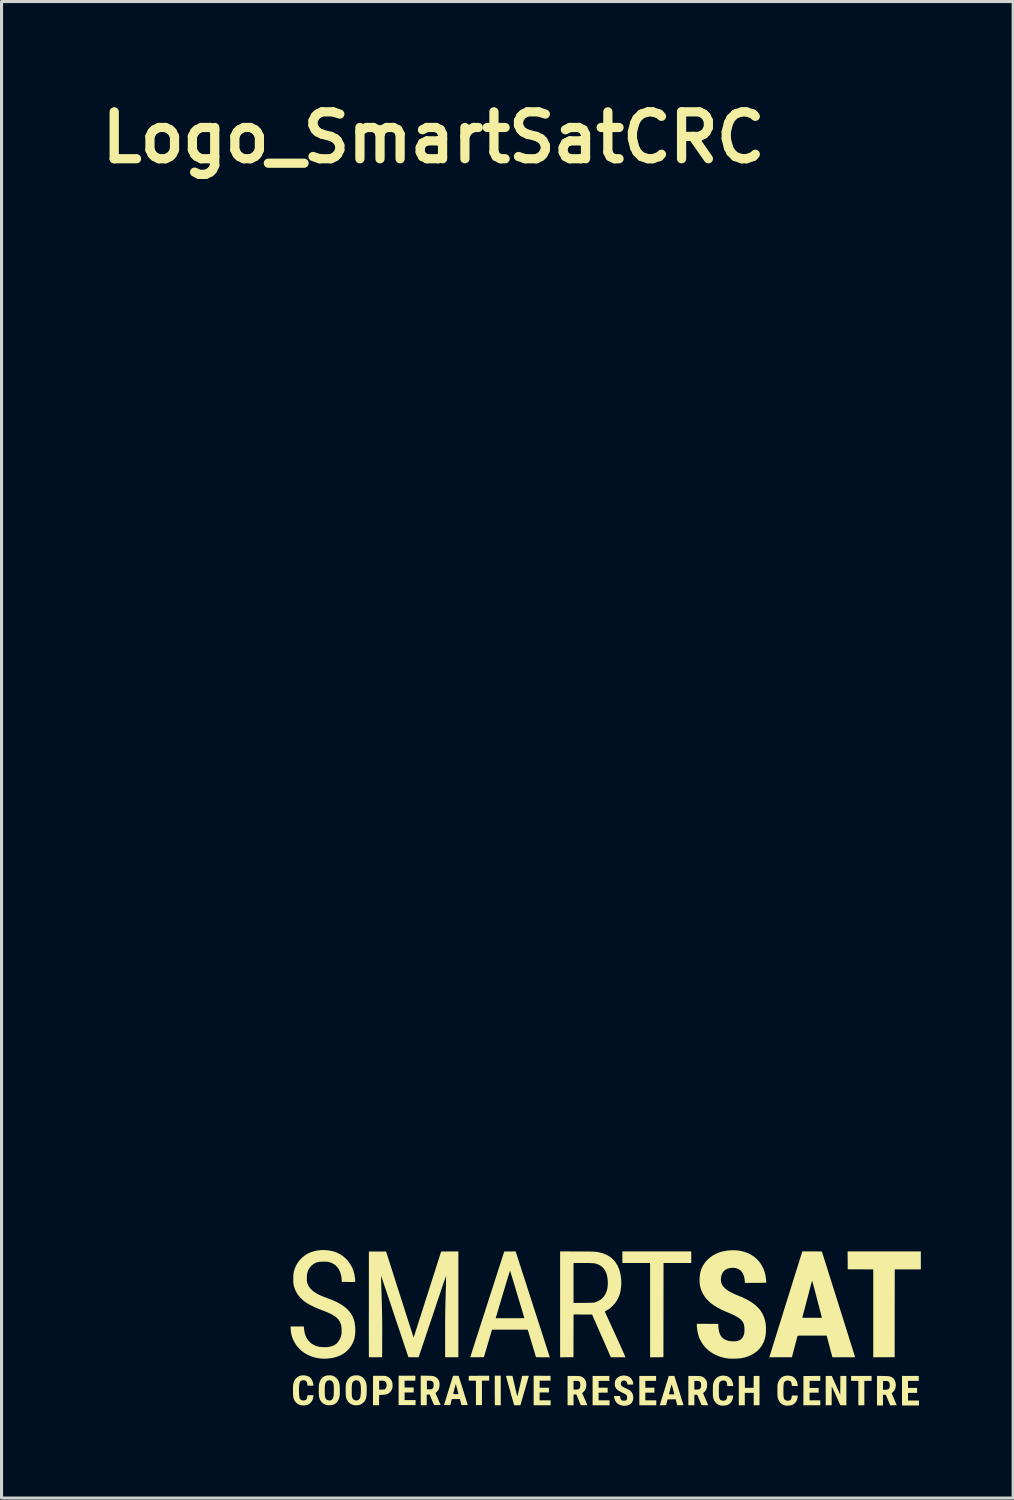
<source format=kicad_pcb>
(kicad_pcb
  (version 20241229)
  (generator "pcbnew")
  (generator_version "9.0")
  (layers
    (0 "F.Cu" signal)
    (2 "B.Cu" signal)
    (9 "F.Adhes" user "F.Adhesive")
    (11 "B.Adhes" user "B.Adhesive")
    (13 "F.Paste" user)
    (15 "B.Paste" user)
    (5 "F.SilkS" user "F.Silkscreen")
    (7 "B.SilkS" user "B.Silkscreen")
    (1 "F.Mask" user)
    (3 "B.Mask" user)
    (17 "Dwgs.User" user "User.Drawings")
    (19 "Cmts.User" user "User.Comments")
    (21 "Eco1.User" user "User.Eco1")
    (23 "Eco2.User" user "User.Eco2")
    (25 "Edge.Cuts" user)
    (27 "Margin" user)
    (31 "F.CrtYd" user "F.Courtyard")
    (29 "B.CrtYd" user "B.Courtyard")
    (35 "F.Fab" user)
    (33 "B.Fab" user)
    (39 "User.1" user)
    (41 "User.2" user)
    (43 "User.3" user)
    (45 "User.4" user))
  (footprint "Logo_SmartSatCRC"
    (layer "F.Cu")
    (at 16.626 40.026)
    (property "Reference" "Logo_SmartSatCRC" (at -5.588 -38.608 0) (layer "F.SilkS") (effects (font (size 1.524 1.524) (thickness 0.3))))
    (attr board_only exclude_from_pos_files exclude_from_bom)
    (fp_poly (pts (xy 8.641 1.787) (xy 8.406 1.787) (xy 8.406 2.58) (xy 8.211 2.58) (xy 8.211 1.787) (xy 7.976 1.787) (xy 7.976 1.626) (xy 8.641 1.626)) (stroke (width 0) (type solid)) (fill yes) (layer "F.SilkS"))
    (fp_poly (pts (xy -3.783 1.781) (xy -4.018 1.781) (xy -4.018 2.574) (xy -4.213 2.574) (xy -4.213 1.781) (xy -4.449 1.781) (xy -4.445 1.623) (xy -4.114 1.621) (xy -3.783 1.619)) (stroke (width 0) (type solid)) (fill yes) (layer "F.SilkS"))
    (fp_poly (pts (xy 2.782 -2.043) (xy 1.882 -2.043) (xy 1.88 -0.512) (xy 1.878 1.018) (xy 1.661 1.02) (xy 1.445 1.022) (xy 1.445 -2.043) (xy 0.544 -2.043) (xy 0.544 -2.419) (xy 2.782 -2.419)) (stroke (width 0) (type solid)) (fill yes) (layer "F.SilkS"))
    (fp_poly (pts (xy 10.241 -1.834) (xy 9.394 -1.834) (xy 9.392 -0.408) (xy 9.391 1.018) (xy 9.043 1.02) (xy 8.695 1.021) (xy 8.695 -1.834) (xy 7.865 -1.838) (xy 7.864 -2.128) (xy 7.862 -2.419) (xy 10.241 -2.419)) (stroke (width 0) (type solid)) (fill yes) (layer "F.SilkS"))
    (fp_poly (pts (xy -6.182 1.781) (xy -6.531 1.781) (xy -6.531 2.002) (xy -6.236 2.002) (xy -6.236 2.164) (xy -6.531 2.164) (xy -6.531 2.412) (xy -6.175 2.412) (xy -6.175 2.574) (xy -6.726 2.574) (xy -6.726 1.619) (xy -6.182 1.619)) (stroke (width 0) (type solid)) (fill yes) (layer "F.SilkS"))
    (fp_poly (pts (xy 0.121 1.787) (xy -0.228 1.787) (xy -0.228 2.009) (xy 0.067 2.009) (xy 0.067 2.17) (xy -0.228 2.17) (xy -0.228 2.419) (xy 0.128 2.419) (xy 0.128 2.58) (xy -0.423 2.58) (xy -0.423 1.626) (xy 0.121 1.626)) (stroke (width 0) (type solid)) (fill yes) (layer "F.SilkS"))
    (fp_poly (pts (xy 1.64 1.787) (xy 1.29 1.787) (xy 1.29 2.009) (xy 1.586 2.009) (xy 1.586 2.17) (xy 1.29 2.17) (xy 1.29 2.419) (xy 1.646 2.419) (xy 1.646 2.58) (xy 1.095 2.58) (xy 1.095 1.626) (xy 1.64 1.626)) (stroke (width 0) (type solid)) (fill yes) (layer "F.SilkS"))
    (fp_poly (pts (xy 10.173 1.787) (xy 9.824 1.787) (xy 9.824 2.016) (xy 10.12 2.016) (xy 10.12 2.177) (xy 9.824 2.177) (xy 9.824 2.426) (xy 10.18 2.426) (xy 10.18 2.587) (xy 9.629 2.587) (xy 9.629 1.626) (xy 10.173 1.626)) (stroke (width 0) (type solid)) (fill yes) (layer "F.SilkS"))
    (fp_poly (pts (xy -2.065 1.621) (xy -1.791 1.623) (xy -1.787 1.781) (xy -2.144 1.781) (xy -2.144 2.009) (xy -1.841 2.009) (xy -1.841 2.164) (xy -2.144 2.164) (xy -2.144 2.419) (xy -1.787 2.419) (xy -1.787 2.58) (xy -2.338 2.58) (xy -2.338 1.619)) (stroke (width 0) (type solid)) (fill yes) (layer "F.SilkS"))
    (fp_poly (pts (xy 6.975 1.787) (xy 6.626 1.787) (xy 6.626 2.016) (xy 6.921 2.016) (xy 6.921 2.17) (xy 6.626 2.17) (xy 6.626 2.419) (xy 6.975 2.419) (xy 6.975 2.58) (xy 6.424 2.58) (xy 6.426 2.105) (xy 6.427 1.629) (xy 6.975 1.626)) (stroke (width 0) (type solid)) (fill yes) (layer "F.SilkS"))
    (fp_poly (pts (xy 4.524 1.819) (xy 4.526 2.013) (xy 4.808 2.013) (xy 4.81 1.819) (xy 4.811 1.626) (xy 4.999 1.626) (xy 4.999 2.58) (xy 4.811 2.58) (xy 4.811 2.177) (xy 4.522 2.177) (xy 4.522 2.58) (xy 4.327 2.58) (xy 4.327 1.626) (xy 4.522 1.626)) (stroke (width 0) (type solid)) (fill yes) (layer "F.SilkS"))
    (fp_poly (pts (xy -3.407 2.58) (xy -3.5 2.58) (xy -3.534 2.58) (xy -3.563 2.579) (xy -3.585 2.578) (xy -3.596 2.576) (xy -3.597 2.576) (xy -3.598 2.569) (xy -3.599 2.549) (xy -3.599 2.518) (xy -3.6 2.477) (xy -3.6 2.427) (xy -3.601 2.368) (xy -3.601 2.303) (xy -3.602 2.232) (xy -3.602 2.156) (xy -3.602 2.095) (xy -3.602 1.619) (xy -3.407 1.619)) (stroke (width 0) (type solid)) (fill yes) (layer "F.SilkS"))
    (fp_poly (pts (xy 7.822 2.581) (xy 7.724 2.579) (xy 7.626 2.577) (xy 7.49 2.276) (xy 7.463 2.217) (xy 7.437 2.161) (xy 7.414 2.11) (xy 7.393 2.065) (xy 7.376 2.028) (xy 7.363 1.999) (xy 7.353 1.98) (xy 7.349 1.971) (xy 7.349 1.971) (xy 7.348 1.977) (xy 7.347 1.994) (xy 7.346 2.023) (xy 7.346 2.061) (xy 7.345 2.107) (xy 7.345 2.16) (xy 7.345 2.219) (xy 7.344 2.273) (xy 7.344 2.58) (xy 7.15 2.58) (xy 7.15 1.626) (xy 7.249 1.626) (xy 7.348 1.626) (xy 7.486 1.933) (xy 7.623 2.24) (xy 7.625 1.933) (xy 7.627 1.626) (xy 7.822 1.626)) (stroke (width 0) (type solid)) (fill yes) (layer "F.SilkS"))
    (fp_poly (pts (xy 2.383 2.102) (xy 2.531 2.577) (xy 2.431 2.579) (xy 2.395 2.579) (xy 2.365 2.58) (xy 2.342 2.579) (xy 2.33 2.579) (xy 2.328 2.579) (xy 2.325 2.572) (xy 2.32 2.554) (xy 2.313 2.528) (xy 2.305 2.496) (xy 2.301 2.481) (xy 2.276 2.385) (xy 2.013 2.389) (xy 1.989 2.483) (xy 1.964 2.577) (xy 1.759 2.581) (xy 1.763 2.565) (xy 1.765 2.557) (xy 1.772 2.536) (xy 1.781 2.505) (xy 1.794 2.464) (xy 1.809 2.414) (xy 1.827 2.357) (xy 1.846 2.293) (xy 1.868 2.224) (xy 1.87 2.217) (xy 2.058 2.217) (xy 2.062 2.22) (xy 2.071 2.223) (xy 2.088 2.224) (xy 2.116 2.224) (xy 2.144 2.224) (xy 2.232 2.224) (xy 2.228 2.204) (xy 2.22 2.173) (xy 2.211 2.136) (xy 2.201 2.097) (xy 2.19 2.056) (xy 2.179 2.017) (xy 2.168 1.981) (xy 2.159 1.95) (xy 2.151 1.925) (xy 2.145 1.91) (xy 2.142 1.905) (xy 2.141 1.905) (xy 2.138 1.915) (xy 2.133 1.936) (xy 2.125 1.966) (xy 2.115 2.003) (xy 2.104 2.044) (xy 2.1 2.06) (xy 2.089 2.102) (xy 2.078 2.14) (xy 2.07 2.172) (xy 2.063 2.196) (xy 2.06 2.21) (xy 2.059 2.212) (xy 2.058 2.217) (xy 1.87 2.217) (xy 1.89 2.151) (xy 1.91 2.088) (xy 2.053 1.626) (xy 2.144 1.626) (xy 2.234 1.626)) (stroke (width 0) (type solid)) (fill yes) (layer "F.SilkS"))
    (fp_poly (pts (xy -0.986 1.626) (xy -0.934 1.627) (xy -0.891 1.629) (xy -0.857 1.631) (xy -0.829 1.635) (xy -0.806 1.641) (xy -0.785 1.649) (xy -0.765 1.658) (xy -0.747 1.668) (xy -0.704 1.702) (xy -0.67 1.744) (xy -0.645 1.795) (xy -0.63 1.852) (xy -0.626 1.915) (xy -0.63 1.97) (xy -0.643 2.029) (xy -0.664 2.079) (xy -0.696 2.123) (xy -0.738 2.163) (xy -0.745 2.169) (xy -0.762 2.182) (xy -0.68 2.371) (xy -0.659 2.419) (xy -0.641 2.462) (xy -0.625 2.501) (xy -0.612 2.532) (xy -0.603 2.556) (xy -0.598 2.569) (xy -0.598 2.571) (xy -0.6 2.574) (xy -0.606 2.577) (xy -0.619 2.579) (xy -0.64 2.579) (xy -0.671 2.579) (xy -0.703 2.579) (xy -0.808 2.577) (xy -0.879 2.404) (xy -0.95 2.231) (xy -1.042 2.231) (xy -1.042 2.58) (xy -1.236 2.58) (xy -1.236 1.787) (xy -1.042 1.787) (xy -1.042 2.07) (xy -0.976 2.069) (xy -0.939 2.069) (xy -0.913 2.066) (xy -0.892 2.06) (xy -0.882 2.057) (xy -0.858 2.041) (xy -0.84 2.02) (xy -0.829 1.991) (xy -0.824 1.952) (xy -0.823 1.922) (xy -0.825 1.88) (xy -0.83 1.85) (xy -0.84 1.827) (xy -0.856 1.809) (xy -0.869 1.801) (xy -0.881 1.795) (xy -0.895 1.791) (xy -0.915 1.789) (xy -0.944 1.788) (xy -0.966 1.787) (xy -1.042 1.787) (xy -1.236 1.787) (xy -1.236 1.626) (xy -1.05 1.626)) (stroke (width 0) (type solid)) (fill yes) (layer "F.SilkS"))
    (fp_poly (pts (xy 9.006 1.628) (xy 9.068 1.629) (xy 9.119 1.631) (xy 9.159 1.633) (xy 9.192 1.636) (xy 9.219 1.64) (xy 9.241 1.645) (xy 9.261 1.652) (xy 9.28 1.66) (xy 9.3 1.67) (xy 9.344 1.702) (xy 9.379 1.743) (xy 9.405 1.793) (xy 9.421 1.851) (xy 9.428 1.916) (xy 9.428 1.922) (xy 9.422 1.989) (xy 9.406 2.048) (xy 9.379 2.1) (xy 9.341 2.145) (xy 9.336 2.15) (xy 9.293 2.189) (xy 9.459 2.577) (xy 9.354 2.58) (xy 9.313 2.581) (xy 9.282 2.582) (xy 9.262 2.581) (xy 9.25 2.579) (xy 9.244 2.575) (xy 9.244 2.575) (xy 9.24 2.567) (xy 9.232 2.549) (xy 9.221 2.522) (xy 9.207 2.488) (xy 9.191 2.45) (xy 9.174 2.409) (xy 9.157 2.368) (xy 9.14 2.327) (xy 9.125 2.29) (xy 9.111 2.257) (xy 9.107 2.246) (xy 9.098 2.241) (xy 9.075 2.238) (xy 9.057 2.238) (xy 9.011 2.238) (xy 9.011 2.587) (xy 8.816 2.587) (xy 8.816 2.078) (xy 9.011 2.078) (xy 9.083 2.075) (xy 9.119 2.074) (xy 9.145 2.071) (xy 9.163 2.066) (xy 9.178 2.06) (xy 9.179 2.059) (xy 9.205 2.038) (xy 9.222 2.007) (xy 9.231 1.966) (xy 9.233 1.932) (xy 9.229 1.882) (xy 9.217 1.843) (xy 9.197 1.815) (xy 9.194 1.813) (xy 9.176 1.803) (xy 9.148 1.795) (xy 9.113 1.79) (xy 9.075 1.788) (xy 9.06 1.789) (xy 9.014 1.791) (xy 9.012 1.934) (xy 9.011 2.078) (xy 8.816 2.078) (xy 8.816 1.625)) (stroke (width 0) (type solid)) (fill yes) (layer "F.SilkS"))
    (fp_poly (pts (xy -7.301 1.623) (xy -7.255 1.623) (xy -7.219 1.624) (xy -7.192 1.624) (xy -7.171 1.626) (xy -7.154 1.628) (xy -7.14 1.631) (xy -7.128 1.634) (xy -7.116 1.638) (xy -7.062 1.664) (xy -7.014 1.7) (xy -6.974 1.746) (xy -6.944 1.799) (xy -6.941 1.807) (xy -6.932 1.838) (xy -6.926 1.878) (xy -6.922 1.922) (xy -6.922 1.965) (xy -6.925 2.002) (xy -6.927 2.014) (xy -6.946 2.072) (xy -6.976 2.123) (xy -7.016 2.166) (xy -7.064 2.199) (xy -7.121 2.223) (xy -7.15 2.23) (xy -7.171 2.234) (xy -7.202 2.237) (xy -7.238 2.24) (xy -7.272 2.242) (xy -7.358 2.246) (xy -7.361 2.577) (xy -7.457 2.579) (xy -7.497 2.579) (xy -7.526 2.579) (xy -7.544 2.577) (xy -7.554 2.575) (xy -7.556 2.572) (xy -7.557 2.564) (xy -7.557 2.544) (xy -7.558 2.512) (xy -7.558 2.471) (xy -7.558 2.42) (xy -7.558 2.361) (xy -7.558 2.296) (xy -7.558 2.224) (xy -7.558 2.149) (xy -7.558 2.093) (xy -7.558 2.07) (xy -7.358 2.07) (xy -7.275 2.07) (xy -7.239 2.069) (xy -7.214 2.068) (xy -7.197 2.066) (xy -7.184 2.063) (xy -7.173 2.057) (xy -7.169 2.054) (xy -7.145 2.031) (xy -7.128 1.999) (xy -7.118 1.961) (xy -7.115 1.921) (xy -7.12 1.881) (xy -7.132 1.845) (xy -7.147 1.821) (xy -7.163 1.805) (xy -7.179 1.793) (xy -7.198 1.786) (xy -7.224 1.782) (xy -7.259 1.781) (xy -7.28 1.781) (xy -7.358 1.781) (xy -7.358 2.07) (xy -7.558 2.07) (xy -7.556 1.623) (xy -7.358 1.623)) (stroke (width 0) (type solid)) (fill yes) (layer "F.SilkS"))
    (fp_poly (pts (xy -2.512 1.621) (xy -2.501 1.622) (xy -2.496 1.625) (xy -2.495 1.629) (xy -2.496 1.631) (xy -2.498 1.639) (xy -2.504 1.659) (xy -2.513 1.69) (xy -2.524 1.731) (xy -2.538 1.78) (xy -2.555 1.837) (xy -2.573 1.9) (xy -2.593 1.969) (xy -2.614 2.042) (xy -2.627 2.09) (xy -2.649 2.165) (xy -2.67 2.237) (xy -2.689 2.305) (xy -2.707 2.367) (xy -2.723 2.422) (xy -2.737 2.469) (xy -2.748 2.508) (xy -2.756 2.536) (xy -2.761 2.554) (xy -2.762 2.558) (xy -2.77 2.58) (xy -2.969 2.58) (xy -2.976 2.558) (xy -2.98 2.544) (xy -2.988 2.519) (xy -2.998 2.484) (xy -3.01 2.44) (xy -3.025 2.389) (xy -3.041 2.333) (xy -3.058 2.272) (xy -3.076 2.207) (xy -3.095 2.141) (xy -3.114 2.073) (xy -3.133 2.006) (xy -3.152 1.941) (xy -3.169 1.878) (xy -3.186 1.82) (xy -3.2 1.767) (xy -3.213 1.72) (xy -3.224 1.682) (xy -3.232 1.653) (xy -3.237 1.634) (xy -3.239 1.627) (xy -3.234 1.624) (xy -3.219 1.622) (xy -3.194 1.621) (xy -3.156 1.621) (xy -3.133 1.621) (xy -3.027 1.623) (xy -2.952 1.952) (xy -2.937 2.017) (xy -2.923 2.078) (xy -2.91 2.133) (xy -2.898 2.183) (xy -2.888 2.224) (xy -2.88 2.257) (xy -2.875 2.28) (xy -2.872 2.291) (xy -2.872 2.291) (xy -2.87 2.287) (xy -2.865 2.271) (xy -2.857 2.244) (xy -2.848 2.207) (xy -2.837 2.162) (xy -2.824 2.11) (xy -2.81 2.051) (xy -2.795 1.988) (xy -2.789 1.962) (xy -2.711 1.623) (xy -2.601 1.621) (xy -2.561 1.62) (xy -2.532 1.62)) (stroke (width 0) (type solid)) (fill yes) (layer "F.SilkS"))
    (fp_poly (pts (xy 2.864 1.626) (xy 2.93 1.627) (xy 2.984 1.628) (xy 3.029 1.63) (xy 3.065 1.633) (xy 3.095 1.638) (xy 3.12 1.644) (xy 3.142 1.653) (xy 3.164 1.663) (xy 3.166 1.664) (xy 3.202 1.69) (xy 3.236 1.723) (xy 3.264 1.761) (xy 3.279 1.792) (xy 3.293 1.845) (xy 3.298 1.904) (xy 3.295 1.965) (xy 3.284 2.023) (xy 3.265 2.074) (xy 3.246 2.105) (xy 3.221 2.136) (xy 3.194 2.162) (xy 3.175 2.175) (xy 3.172 2.178) (xy 3.17 2.183) (xy 3.171 2.19) (xy 3.174 2.202) (xy 3.181 2.22) (xy 3.19 2.245) (xy 3.204 2.279) (xy 3.223 2.322) (xy 3.245 2.373) (xy 3.266 2.421) (xy 3.285 2.464) (xy 3.301 2.503) (xy 3.315 2.534) (xy 3.325 2.557) (xy 3.33 2.57) (xy 3.331 2.572) (xy 3.33 2.575) (xy 3.322 2.578) (xy 3.305 2.579) (xy 3.279 2.579) (xy 3.242 2.579) (xy 3.225 2.579) (xy 3.116 2.577) (xy 3.047 2.409) (xy 2.978 2.241) (xy 2.93 2.239) (xy 2.883 2.237) (xy 2.883 2.58) (xy 2.688 2.58) (xy 2.688 2.07) (xy 2.883 2.07) (xy 2.956 2.07) (xy 2.989 2.069) (xy 3.012 2.068) (xy 3.028 2.065) (xy 3.041 2.061) (xy 3.051 2.054) (xy 3.069 2.039) (xy 3.085 2.018) (xy 3.09 2.009) (xy 3.097 1.993) (xy 3.102 1.977) (xy 3.104 1.957) (xy 3.103 1.93) (xy 3.103 1.918) (xy 3.099 1.875) (xy 3.09 1.842) (xy 3.075 1.818) (xy 3.052 1.802) (xy 3.019 1.792) (xy 2.976 1.788) (xy 2.95 1.787) (xy 2.883 1.787) (xy 2.883 2.07) (xy 2.688 2.07) (xy 2.688 1.626)) (stroke (width 0) (type solid)) (fill yes) (layer "F.SilkS"))
    (fp_poly (pts (xy -4.866 1.621) (xy -4.776 1.623) (xy -4.629 2.09) (xy -4.605 2.166) (xy -4.583 2.239) (xy -4.561 2.307) (xy -4.542 2.369) (xy -4.525 2.425) (xy -4.51 2.472) (xy -4.498 2.511) (xy -4.489 2.541) (xy -4.484 2.559) (xy -4.482 2.565) (xy -4.486 2.569) (xy -4.497 2.571) (xy -4.517 2.573) (xy -4.549 2.573) (xy -4.582 2.574) (xy -4.683 2.574) (xy -4.692 2.542) (xy -4.698 2.521) (xy -4.706 2.492) (xy -4.714 2.459) (xy -4.718 2.444) (xy -4.733 2.379) (xy -4.997 2.379) (xy -5.012 2.441) (xy -5.02 2.473) (xy -5.028 2.505) (xy -5.035 2.531) (xy -5.037 2.538) (xy -5.047 2.574) (xy -5.148 2.574) (xy -5.183 2.573) (xy -5.212 2.572) (xy -5.235 2.571) (xy -5.247 2.569) (xy -5.248 2.569) (xy -5.246 2.561) (xy -5.241 2.543) (xy -5.232 2.513) (xy -5.22 2.473) (xy -5.205 2.425) (xy -5.188 2.369) (xy -5.169 2.306) (xy -5.148 2.238) (xy -5.139 2.21) (xy -4.952 2.21) (xy -4.946 2.214) (xy -4.927 2.216) (xy -4.895 2.217) (xy -4.866 2.217) (xy -4.779 2.217) (xy -4.801 2.135) (xy -4.818 2.071) (xy -4.832 2.019) (xy -4.843 1.978) (xy -4.851 1.946) (xy -4.858 1.923) (xy -4.862 1.907) (xy -4.865 1.897) (xy -4.867 1.891) (xy -4.868 1.89) (xy -4.869 1.89) (xy -4.871 1.897) (xy -4.876 1.914) (xy -4.883 1.941) (xy -4.892 1.974) (xy -4.902 2.011) (xy -4.912 2.05) (xy -4.922 2.09) (xy -4.932 2.127) (xy -4.94 2.16) (xy -4.947 2.186) (xy -4.951 2.204) (xy -4.952 2.21) (xy -5.139 2.21) (xy -5.125 2.165) (xy -5.102 2.091) (xy -4.956 1.619)) (stroke (width 0) (type solid)) (fill yes) (layer "F.SilkS"))
    (fp_poly (pts (xy -5.838 1.619) (xy -5.788 1.62) (xy -5.741 1.621) (xy -5.698 1.622) (xy -5.662 1.623) (xy -5.636 1.625) (xy -5.624 1.626) (xy -5.564 1.642) (xy -5.512 1.668) (xy -5.468 1.704) (xy -5.433 1.749) (xy -5.421 1.773) (xy -5.411 1.795) (xy -5.405 1.814) (xy -5.401 1.835) (xy -5.398 1.862) (xy -5.397 1.891) (xy -5.398 1.958) (xy -5.407 2.015) (xy -5.424 2.064) (xy -5.451 2.108) (xy -5.488 2.147) (xy -5.508 2.164) (xy -5.529 2.181) (xy -5.449 2.365) (xy -5.429 2.411) (xy -5.41 2.455) (xy -5.394 2.493) (xy -5.381 2.524) (xy -5.371 2.547) (xy -5.366 2.56) (xy -5.365 2.561) (xy -5.365 2.566) (xy -5.367 2.569) (xy -5.374 2.571) (xy -5.388 2.573) (xy -5.411 2.573) (xy -5.445 2.574) (xy -5.468 2.574) (xy -5.575 2.574) (xy -5.645 2.404) (xy -5.715 2.234) (xy -5.812 2.23) (xy -5.812 2.58) (xy -5.905 2.58) (xy -5.939 2.58) (xy -5.969 2.579) (xy -5.99 2.578) (xy -6.002 2.576) (xy -6.003 2.576) (xy -6.004 2.569) (xy -6.004 2.549) (xy -6.005 2.518) (xy -6.006 2.477) (xy -6.006 2.427) (xy -6.006 2.368) (xy -6.007 2.303) (xy -6.007 2.232) (xy -6.007 2.156) (xy -6.007 2.095) (xy -6.007 1.781) (xy -5.806 1.781) (xy -5.806 2.063) (xy -5.733 2.063) (xy -5.699 2.062) (xy -5.675 2.061) (xy -5.658 2.058) (xy -5.645 2.053) (xy -5.64 2.05) (xy -5.615 2.028) (xy -5.599 1.998) (xy -5.59 1.959) (xy -5.588 1.922) (xy -5.589 1.89) (xy -5.591 1.867) (xy -5.597 1.848) (xy -5.603 1.836) (xy -5.618 1.813) (xy -5.638 1.798) (xy -5.664 1.788) (xy -5.699 1.782) (xy -5.74 1.781) (xy -5.806 1.781) (xy -6.007 1.781) (xy -6.007 1.619)) (stroke (width 0) (type solid)) (fill yes) (layer "F.SilkS"))
    (fp_poly (pts (xy -9.745 1.614) (xy -9.733 1.616) (xy -9.673 1.634) (xy -9.623 1.662) (xy -9.581 1.699) (xy -9.547 1.746) (xy -9.52 1.804) (xy -9.508 1.846) (xy -9.501 1.874) (xy -9.497 1.9) (xy -9.495 1.918) (xy -9.495 1.92) (xy -9.495 1.942) (xy -9.688 1.942) (xy -9.692 1.897) (xy -9.7 1.85) (xy -9.715 1.814) (xy -9.737 1.789) (xy -9.767 1.774) (xy -9.806 1.767) (xy -9.816 1.767) (xy -9.853 1.77) (xy -9.884 1.778) (xy -9.908 1.793) (xy -9.927 1.817) (xy -9.941 1.849) (xy -9.951 1.892) (xy -9.958 1.947) (xy -9.96 1.977) (xy -9.963 2.024) (xy -9.964 2.075) (xy -9.963 2.129) (xy -9.962 2.182) (xy -9.959 2.232) (xy -9.955 2.276) (xy -9.95 2.314) (xy -9.945 2.341) (xy -9.942 2.35) (xy -9.921 2.383) (xy -9.892 2.407) (xy -9.856 2.421) (xy -9.813 2.424) (xy -9.802 2.423) (xy -9.763 2.415) (xy -9.734 2.399) (xy -9.712 2.374) (xy -9.698 2.339) (xy -9.691 2.297) (xy -9.686 2.254) (xy -9.59 2.253) (xy -9.493 2.251) (xy -9.497 2.297) (xy -9.509 2.365) (xy -9.532 2.425) (xy -9.567 2.478) (xy -9.599 2.512) (xy -9.644 2.544) (xy -9.698 2.568) (xy -9.759 2.582) (xy -9.824 2.586) (xy -9.894 2.58) (xy -9.897 2.579) (xy -9.953 2.564) (xy -10.005 2.536) (xy -10.051 2.499) (xy -10.09 2.454) (xy -10.111 2.418) (xy -10.124 2.392) (xy -10.134 2.367) (xy -10.141 2.342) (xy -10.147 2.315) (xy -10.151 2.284) (xy -10.154 2.247) (xy -10.156 2.202) (xy -10.156 2.147) (xy -10.157 2.097) (xy -10.157 2.041) (xy -10.156 1.997) (xy -10.156 1.963) (xy -10.155 1.936) (xy -10.153 1.914) (xy -10.151 1.897) (xy -10.147 1.881) (xy -10.143 1.865) (xy -10.141 1.859) (xy -10.124 1.808) (xy -10.104 1.766) (xy -10.08 1.729) (xy -10.05 1.696) (xy -10 1.656) (xy -9.944 1.627) (xy -9.883 1.611) (xy -9.816 1.606)) (stroke (width 0) (type solid)) (fill yes) (layer "F.SilkS"))
    (fp_poly (pts (xy 3.907 1.625) (xy 3.921 1.627) (xy 3.976 1.646) (xy 4.024 1.676) (xy 4.066 1.717) (xy 4.099 1.768) (xy 4.103 1.778) (xy 4.118 1.813) (xy 4.13 1.852) (xy 4.14 1.891) (xy 4.145 1.925) (xy 4.146 1.937) (xy 4.146 1.955) (xy 3.953 1.955) (xy 3.949 1.907) (xy 3.941 1.862) (xy 3.928 1.826) (xy 3.91 1.8) (xy 3.896 1.79) (xy 3.861 1.778) (xy 3.823 1.775) (xy 3.784 1.78) (xy 3.75 1.792) (xy 3.723 1.811) (xy 3.72 1.815) (xy 3.708 1.83) (xy 3.7 1.845) (xy 3.693 1.864) (xy 3.687 1.887) (xy 3.684 1.916) (xy 3.681 1.952) (xy 3.68 1.997) (xy 3.679 2.054) (xy 3.679 2.1) (xy 3.679 2.168) (xy 3.68 2.224) (xy 3.682 2.267) (xy 3.684 2.3) (xy 3.687 2.321) (xy 3.688 2.325) (xy 3.703 2.368) (xy 3.725 2.4) (xy 3.755 2.42) (xy 3.792 2.43) (xy 3.83 2.431) (xy 3.861 2.427) (xy 3.887 2.42) (xy 3.897 2.415) (xy 3.918 2.395) (xy 3.935 2.365) (xy 3.946 2.327) (xy 3.949 2.305) (xy 3.953 2.264) (xy 4.147 2.264) (xy 4.142 2.296) (xy 4.128 2.369) (xy 4.105 2.431) (xy 4.075 2.482) (xy 4.035 2.524) (xy 3.988 2.556) (xy 3.946 2.575) (xy 3.909 2.584) (xy 3.863 2.59) (xy 3.815 2.592) (xy 3.767 2.59) (xy 3.726 2.584) (xy 3.716 2.582) (xy 3.657 2.56) (xy 3.607 2.526) (xy 3.564 2.482) (xy 3.528 2.427) (xy 3.502 2.362) (xy 3.496 2.345) (xy 3.493 2.33) (xy 3.49 2.314) (xy 3.488 2.295) (xy 3.486 2.271) (xy 3.485 2.24) (xy 3.484 2.2) (xy 3.484 2.151) (xy 3.484 2.11) (xy 3.484 2.048) (xy 3.485 1.997) (xy 3.486 1.956) (xy 3.488 1.923) (xy 3.492 1.895) (xy 3.496 1.871) (xy 3.503 1.849) (xy 3.511 1.826) (xy 3.522 1.802) (xy 3.525 1.796) (xy 3.557 1.74) (xy 3.598 1.694) (xy 3.647 1.659) (xy 3.703 1.634) (xy 3.765 1.619) (xy 3.834 1.616)) (stroke (width 0) (type solid)) (fill yes) (layer "F.SilkS"))
    (fp_poly (pts (xy 6.002 1.624) (xy 6.017 1.627) (xy 6.073 1.646) (xy 6.121 1.676) (xy 6.162 1.717) (xy 6.196 1.769) (xy 6.2 1.778) (xy 6.214 1.813) (xy 6.227 1.852) (xy 6.237 1.892) (xy 6.242 1.926) (xy 6.242 1.937) (xy 6.242 1.956) (xy 6.147 1.954) (xy 6.051 1.952) (xy 6.047 1.908) (xy 6.039 1.862) (xy 6.026 1.827) (xy 6.007 1.802) (xy 5.98 1.786) (xy 5.944 1.777) (xy 5.928 1.776) (xy 5.9 1.775) (xy 5.88 1.778) (xy 5.86 1.785) (xy 5.853 1.789) (xy 5.833 1.8) (xy 5.818 1.813) (xy 5.805 1.829) (xy 5.795 1.85) (xy 5.787 1.876) (xy 5.782 1.91) (xy 5.779 1.952) (xy 5.777 2.005) (xy 5.776 2.068) (xy 5.776 2.11) (xy 5.776 2.176) (xy 5.777 2.229) (xy 5.779 2.273) (xy 5.782 2.307) (xy 5.787 2.335) (xy 5.793 2.356) (xy 5.802 2.373) (xy 5.812 2.388) (xy 5.826 2.401) (xy 5.826 2.402) (xy 5.856 2.42) (xy 5.892 2.43) (xy 5.932 2.432) (xy 5.971 2.425) (xy 5.993 2.416) (xy 6.012 2.4) (xy 6.028 2.373) (xy 6.04 2.34) (xy 6.046 2.305) (xy 6.049 2.264) (xy 6.242 2.264) (xy 6.242 2.287) (xy 6.24 2.311) (xy 6.234 2.342) (xy 6.225 2.376) (xy 6.214 2.409) (xy 6.204 2.436) (xy 6.202 2.44) (xy 6.182 2.471) (xy 6.153 2.504) (xy 6.122 2.533) (xy 6.091 2.555) (xy 6.089 2.556) (xy 6.043 2.575) (xy 5.989 2.587) (xy 5.931 2.593) (xy 5.872 2.592) (xy 5.826 2.585) (xy 5.767 2.565) (xy 5.716 2.535) (xy 5.671 2.493) (xy 5.634 2.442) (xy 5.605 2.38) (xy 5.593 2.342) (xy 5.589 2.326) (xy 5.586 2.309) (xy 5.584 2.29) (xy 5.583 2.266) (xy 5.582 2.235) (xy 5.581 2.196) (xy 5.581 2.146) (xy 5.581 2.107) (xy 5.581 2.049) (xy 5.581 2.003) (xy 5.582 1.966) (xy 5.583 1.938) (xy 5.585 1.915) (xy 5.588 1.897) (xy 5.591 1.882) (xy 5.593 1.875) (xy 5.617 1.805) (xy 5.651 1.746) (xy 5.692 1.698) (xy 5.74 1.66) (xy 5.796 1.634) (xy 5.859 1.619) (xy 5.927 1.616)) (stroke (width 0) (type solid)) (fill yes) (layer "F.SilkS"))
    (fp_poly (pts (xy 0.663 1.619) (xy 0.722 1.635) (xy 0.774 1.662) (xy 0.818 1.698) (xy 0.853 1.743) (xy 0.878 1.795) (xy 0.892 1.853) (xy 0.893 1.857) (xy 0.895 1.88) (xy 0.896 1.897) (xy 0.895 1.905) (xy 0.887 1.906) (xy 0.869 1.907) (xy 0.842 1.908) (xy 0.809 1.908) (xy 0.8 1.908) (xy 0.709 1.908) (xy 0.701 1.867) (xy 0.69 1.831) (xy 0.672 1.804) (xy 0.647 1.786) (xy 0.64 1.783) (xy 0.606 1.775) (xy 0.571 1.777) (xy 0.54 1.79) (xy 0.515 1.811) (xy 0.504 1.83) (xy 0.493 1.863) (xy 0.493 1.893) (xy 0.504 1.925) (xy 0.517 1.945) (xy 0.538 1.965) (xy 0.568 1.985) (xy 0.608 2.006) (xy 0.65 2.025) (xy 0.71 2.053) (xy 0.758 2.079) (xy 0.797 2.106) (xy 0.828 2.135) (xy 0.852 2.167) (xy 0.865 2.189) (xy 0.887 2.241) (xy 0.898 2.297) (xy 0.899 2.352) (xy 0.891 2.406) (xy 0.873 2.455) (xy 0.847 2.499) (xy 0.814 2.532) (xy 0.764 2.564) (xy 0.706 2.585) (xy 0.642 2.594) (xy 0.569 2.594) (xy 0.564 2.593) (xy 0.498 2.581) (xy 0.439 2.558) (xy 0.388 2.525) (xy 0.345 2.483) (xy 0.312 2.432) (xy 0.289 2.373) (xy 0.278 2.318) (xy 0.274 2.278) (xy 0.468 2.278) (xy 0.475 2.325) (xy 0.485 2.367) (xy 0.502 2.397) (xy 0.525 2.418) (xy 0.558 2.429) (xy 0.598 2.432) (xy 0.638 2.429) (xy 0.666 2.417) (xy 0.686 2.397) (xy 0.696 2.367) (xy 0.699 2.332) (xy 0.696 2.293) (xy 0.686 2.262) (xy 0.668 2.238) (xy 0.638 2.217) (xy 0.613 2.204) (xy 0.549 2.174) (xy 0.497 2.148) (xy 0.454 2.125) (xy 0.419 2.105) (xy 0.392 2.086) (xy 0.37 2.067) (xy 0.352 2.048) (xy 0.338 2.027) (xy 0.325 2.004) (xy 0.321 1.997) (xy 0.311 1.976) (xy 0.305 1.958) (xy 0.301 1.941) (xy 0.299 1.918) (xy 0.299 1.887) (xy 0.299 1.882) (xy 0.299 1.849) (xy 0.301 1.825) (xy 0.304 1.807) (xy 0.31 1.79) (xy 0.319 1.769) (xy 0.321 1.766) (xy 0.352 1.718) (xy 0.393 1.678) (xy 0.442 1.647) (xy 0.499 1.626) (xy 0.562 1.614) (xy 0.599 1.613)) (stroke (width 0) (type solid)) (fill yes) (layer "F.SilkS"))
    (fp_poly (pts (xy -8.05 1.608) (xy -8.006 1.616) (xy -7.95 1.638) (xy -7.899 1.671) (xy -7.854 1.714) (xy -7.818 1.766) (xy -7.789 1.827) (xy -7.772 1.89) (xy -7.768 1.915) (xy -7.765 1.947) (xy -7.762 1.986) (xy -7.761 2.034) (xy -7.761 2.085) (xy -7.762 2.162) (xy -7.765 2.227) (xy -7.771 2.283) (xy -7.78 2.33) (xy -7.791 2.371) (xy -7.807 2.408) (xy -7.826 2.441) (xy -7.838 2.458) (xy -7.875 2.498) (xy -7.921 2.533) (xy -7.972 2.559) (xy -7.994 2.567) (xy -8.042 2.577) (xy -8.095 2.581) (xy -8.15 2.579) (xy -8.199 2.57) (xy -8.22 2.565) (xy -8.28 2.537) (xy -8.331 2.5) (xy -8.374 2.452) (xy -8.408 2.394) (xy -8.409 2.391) (xy -8.42 2.365) (xy -8.429 2.339) (xy -8.435 2.312) (xy -8.44 2.28) (xy -8.443 2.242) (xy -8.445 2.196) (xy -8.446 2.14) (xy -8.446 2.103) (xy -8.248 2.103) (xy -8.248 2.158) (xy -8.248 2.202) (xy -8.247 2.235) (xy -8.246 2.261) (xy -8.244 2.281) (xy -8.242 2.297) (xy -8.238 2.311) (xy -8.235 2.321) (xy -8.216 2.363) (xy -8.188 2.394) (xy -8.154 2.415) (xy -8.115 2.424) (xy -8.072 2.421) (xy -8.062 2.419) (xy -8.028 2.402) (xy -7.999 2.375) (xy -7.978 2.339) (xy -7.977 2.334) (xy -7.967 2.302) (xy -7.96 2.258) (xy -7.955 2.206) (xy -7.951 2.147) (xy -7.95 2.083) (xy -7.951 2.026) (xy -7.955 1.96) (xy -7.962 1.906) (xy -7.972 1.863) (xy -7.986 1.83) (xy -8.005 1.804) (xy -8.028 1.786) (xy -8.039 1.78) (xy -8.078 1.769) (xy -8.117 1.769) (xy -8.154 1.778) (xy -8.186 1.797) (xy -8.207 1.82) (xy -8.218 1.838) (xy -8.228 1.857) (xy -8.235 1.878) (xy -8.24 1.903) (xy -8.244 1.933) (xy -8.246 1.971) (xy -8.248 2.018) (xy -8.248 2.076) (xy -8.248 2.103) (xy -8.446 2.103) (xy -8.446 2.097) (xy -8.446 2.03) (xy -8.444 1.976) (xy -8.441 1.93) (xy -8.436 1.892) (xy -8.43 1.859) (xy -8.42 1.829) (xy -8.408 1.799) (xy -8.399 1.779) (xy -8.376 1.742) (xy -8.346 1.705) (xy -8.312 1.672) (xy -8.279 1.647) (xy -8.273 1.644) (xy -8.225 1.624) (xy -8.169 1.611) (xy -8.109 1.606)) (stroke (width 0) (type solid)) (fill yes) (layer "F.SilkS"))
    (fp_poly (pts (xy -8.913 1.61) (xy -8.903 1.612) (xy -8.841 1.631) (xy -8.787 1.662) (xy -8.739 1.703) (xy -8.7 1.755) (xy -8.669 1.818) (xy -8.651 1.871) (xy -8.647 1.894) (xy -8.643 1.927) (xy -8.64 1.968) (xy -8.638 2.015) (xy -8.636 2.065) (xy -8.635 2.115) (xy -8.635 2.163) (xy -8.636 2.207) (xy -8.638 2.243) (xy -8.64 2.262) (xy -8.655 2.337) (xy -8.678 2.402) (xy -8.71 2.456) (xy -8.75 2.501) (xy -8.77 2.517) (xy -8.806 2.541) (xy -8.84 2.558) (xy -8.876 2.569) (xy -8.918 2.575) (xy -8.967 2.578) (xy -9.004 2.579) (xy -9.031 2.578) (xy -9.052 2.576) (xy -9.072 2.572) (xy -9.093 2.565) (xy -9.153 2.537) (xy -9.205 2.499) (xy -9.248 2.452) (xy -9.281 2.395) (xy -9.305 2.329) (xy -9.31 2.307) (xy -9.314 2.282) (xy -9.316 2.247) (xy -9.318 2.203) (xy -9.32 2.154) (xy -9.32 2.102) (xy -9.32 2.1) (xy -9.125 2.1) (xy -9.125 2.167) (xy -9.123 2.222) (xy -9.12 2.266) (xy -9.115 2.302) (xy -9.108 2.331) (xy -9.098 2.354) (xy -9.086 2.373) (xy -9.07 2.39) (xy -9.069 2.391) (xy -9.038 2.411) (xy -9.002 2.422) (xy -8.962 2.423) (xy -8.924 2.414) (xy -8.902 2.402) (xy -8.883 2.386) (xy -8.867 2.366) (xy -8.854 2.339) (xy -8.844 2.306) (xy -8.837 2.265) (xy -8.833 2.215) (xy -8.831 2.154) (xy -8.831 2.081) (xy -8.831 2.057) (xy -8.832 2.006) (xy -8.833 1.966) (xy -8.834 1.936) (xy -8.836 1.912) (xy -8.838 1.895) (xy -8.842 1.88) (xy -8.846 1.867) (xy -8.848 1.861) (xy -8.867 1.826) (xy -8.891 1.797) (xy -8.919 1.777) (xy -8.926 1.774) (xy -8.959 1.767) (xy -8.996 1.769) (xy -9.031 1.778) (xy -9.061 1.795) (xy -9.072 1.805) (xy -9.089 1.83) (xy -9.104 1.863) (xy -9.116 1.899) (xy -9.118 1.907) (xy -9.12 1.925) (xy -9.122 1.955) (xy -9.124 1.993) (xy -9.125 2.038) (xy -9.125 2.088) (xy -9.125 2.1) (xy -9.32 2.1) (xy -9.32 2.05) (xy -9.319 2) (xy -9.317 1.955) (xy -9.315 1.918) (xy -9.311 1.892) (xy -9.31 1.888) (xy -9.29 1.817) (xy -9.261 1.756) (xy -9.223 1.704) (xy -9.178 1.663) (xy -9.125 1.632) (xy -9.102 1.623) (xy -9.071 1.616) (xy -9.033 1.61) (xy -8.99 1.608) (xy -8.949 1.607)) (stroke (width 0) (type solid)) (fill yes) (layer "F.SilkS"))
    (fp_poly (pts (xy -0.922 -2.417) (xy -0.819 -2.417) (xy -0.727 -2.416) (xy -0.647 -2.416) (xy -0.578 -2.415) (xy -0.518 -2.414) (xy -0.466 -2.413) (xy -0.421 -2.412) (xy -0.383 -2.41) (xy -0.35 -2.408) (xy -0.321 -2.406) (xy -0.295 -2.403) (xy -0.272 -2.4) (xy -0.25 -2.396) (xy -0.228 -2.392) (xy -0.205 -2.387) (xy -0.183 -2.382) (xy -0.075 -2.351) (xy 0.025 -2.31) (xy 0.116 -2.26) (xy 0.198 -2.199) (xy 0.27 -2.128) (xy 0.334 -2.048) (xy 0.388 -1.958) (xy 0.39 -1.954) (xy 0.43 -1.863) (xy 0.463 -1.763) (xy 0.486 -1.657) (xy 0.502 -1.546) (xy 0.509 -1.434) (xy 0.507 -1.32) (xy 0.497 -1.209) (xy 0.478 -1.102) (xy 0.453 -1.011) (xy 0.414 -0.914) (xy 0.364 -0.821) (xy 0.304 -0.735) (xy 0.235 -0.656) (xy 0.158 -0.585) (xy 0.075 -0.526) (xy 0.027 -0.498) (xy 0.002 -0.484) (xy -0.015 -0.472) (xy -0.024 -0.464) (xy -0.025 -0.461) (xy -0.021 -0.454) (xy -0.013 -0.436) (xy 0.000301 -0.407) (xy 0.018 -0.368) (xy 0.04 -0.319) (xy 0.066 -0.263) (xy 0.095 -0.198) (xy 0.128 -0.127) (xy 0.163 -0.05) (xy 0.201 0.033) (xy 0.241 0.12) (xy 0.282 0.211) (xy 0.309 0.268) (xy 0.351 0.361) (xy 0.392 0.451) (xy 0.431 0.537) (xy 0.468 0.618) (xy 0.502 0.694) (xy 0.533 0.763) (xy 0.561 0.825) (xy 0.585 0.879) (xy 0.605 0.925) (xy 0.62 0.961) (xy 0.631 0.987) (xy 0.637 1.002) (xy 0.638 1.006) (xy 0.638 1.021) (xy 0.17 1.021) (xy -0.135 0.326) (xy -0.44 -0.369) (xy -0.741 -0.369) (xy -1.041 -0.37) (xy -1.043 0.324) (xy -1.045 1.018) (xy -1.262 1.02) (xy -1.478 1.022) (xy -1.478 -0.745) (xy -1.042 -0.745) (xy -0.721 -0.747) (xy -0.646 -0.748) (xy -0.584 -0.749) (xy -0.533 -0.749) (xy -0.491 -0.75) (xy -0.457 -0.751) (xy -0.43 -0.752) (xy -0.408 -0.753) (xy -0.391 -0.755) (xy -0.376 -0.758) (xy -0.363 -0.76) (xy -0.35 -0.763) (xy -0.346 -0.765) (xy -0.264 -0.794) (xy -0.19 -0.833) (xy -0.124 -0.882) (xy -0.068 -0.941) (xy -0.02 -1.009) (xy 0.017 -1.085) (xy 0.046 -1.169) (xy 0.064 -1.262) (xy 0.072 -1.361) (xy 0.072 -1.428) (xy 0.063 -1.534) (xy 0.046 -1.63) (xy 0.021 -1.716) (xy -0.014 -1.791) (xy -0.057 -1.856) (xy -0.109 -1.911) (xy -0.169 -1.957) (xy -0.201 -1.974) (xy -0.23 -1.989) (xy -0.257 -2.001) (xy -0.283 -2.011) (xy -0.311 -2.02) (xy -0.341 -2.027) (xy -0.374 -2.032) (xy -0.413 -2.036) (xy -0.458 -2.039) (xy -0.511 -2.041) (xy -0.573 -2.042) (xy -0.646 -2.043) (xy -0.731 -2.043) (xy -0.74 -2.043) (xy -1.042 -2.043) (xy -1.042 -0.745) (xy -1.478 -0.745) (xy -1.478 -2.42)) (stroke (width 0) (type solid)) (fill yes) (layer "F.SilkS"))
    (fp_poly (pts (xy -2.904 -2.357) (xy -2.9 -2.346) (xy -2.893 -2.324) (xy -2.882 -2.29) (xy -2.867 -2.245) (xy -2.85 -2.19) (xy -2.829 -2.126) (xy -2.805 -2.053) (xy -2.779 -1.971) (xy -2.75 -1.883) (xy -2.72 -1.787) (xy -2.687 -1.685) (xy -2.652 -1.578) (xy -2.616 -1.466) (xy -2.578 -1.35) (xy -2.54 -1.23) (xy -2.5 -1.108) (xy -2.46 -0.983) (xy -2.419 -0.856) (xy -2.378 -0.729) (xy -2.337 -0.601) (xy -2.296 -0.474) (xy -2.255 -0.348) (xy -2.215 -0.223) (xy -2.175 -0.101) (xy -2.137 0.018) (xy -2.099 0.134) (xy -2.063 0.245) (xy -2.029 0.352) (xy -1.997 0.452) (xy -1.966 0.547) (xy -1.938 0.634) (xy -1.912 0.714) (xy -1.889 0.786) (xy -1.869 0.849) (xy -1.852 0.902) (xy -1.838 0.945) (xy -1.827 0.977) (xy -1.821 0.998) (xy -1.818 1.006) (xy -1.813 1.022) (xy -2.261 1.018) (xy -2.531 0.124) (xy -3.691 0.124) (xy -3.823 0.571) (xy -3.955 1.018) (xy -4.175 1.02) (xy -4.235 1.02) (xy -4.283 1.02) (xy -4.321 1.02) (xy -4.349 1.02) (xy -4.368 1.019) (xy -4.382 1.018) (xy -4.389 1.016) (xy -4.393 1.014) (xy -4.394 1.011) (xy -4.394 1.01) (xy -4.392 1.002) (xy -4.386 0.983) (xy -4.376 0.951) (xy -4.363 0.909) (xy -4.346 0.856) (xy -4.326 0.792) (xy -4.303 0.719) (xy -4.277 0.637) (xy -4.248 0.547) (xy -4.216 0.448) (xy -4.182 0.342) (xy -4.146 0.229) (xy -4.107 0.109) (xy -4.067 -0.016) (xy -4.025 -0.147) (xy -3.992 -0.249) (xy -3.57 -0.249) (xy -3.105 -0.249) (xy -3.028 -0.249) (xy -2.954 -0.249) (xy -2.886 -0.249) (xy -2.823 -0.249) (xy -2.768 -0.25) (xy -2.722 -0.25) (xy -2.685 -0.251) (xy -2.658 -0.251) (xy -2.644 -0.252) (xy -2.641 -0.252) (xy -2.643 -0.259) (xy -2.648 -0.278) (xy -2.657 -0.308) (xy -2.669 -0.348) (xy -2.683 -0.396) (xy -2.7 -0.453) (xy -2.719 -0.517) (xy -2.74 -0.587) (xy -2.763 -0.662) (xy -2.787 -0.741) (xy -2.811 -0.823) (xy -2.837 -0.908) (xy -2.863 -0.994) (xy -2.888 -1.08) (xy -2.914 -1.166) (xy -2.939 -1.25) (xy -2.964 -1.331) (xy -2.987 -1.409) (xy -3.009 -1.482) (xy -3.03 -1.55) (xy -3.048 -1.611) (xy -3.065 -1.665) (xy -3.079 -1.71) (xy -3.09 -1.747) (xy -3.098 -1.772) (xy -3.102 -1.787) (xy -3.103 -1.79) (xy -3.106 -1.786) (xy -3.112 -1.77) (xy -3.121 -1.742) (xy -3.134 -1.702) (xy -3.151 -1.65) (xy -3.171 -1.586) (xy -3.195 -1.509) (xy -3.222 -1.419) (xy -3.253 -1.317) (xy -3.287 -1.203) (xy -3.326 -1.075) (xy -3.336 -1.04) (xy -3.365 -0.942) (xy -3.394 -0.847) (xy -3.421 -0.757) (xy -3.446 -0.671) (xy -3.47 -0.592) (xy -3.491 -0.519) (xy -3.511 -0.453) (xy -3.528 -0.396) (xy -3.542 -0.348) (xy -3.553 -0.31) (xy -3.561 -0.283) (xy -3.566 -0.267) (xy -3.567 -0.264) (xy -3.57 -0.249) (xy -3.992 -0.249) (xy -3.981 -0.283) (xy -3.936 -0.423) (xy -3.89 -0.567) (xy -3.844 -0.709) (xy -3.294 -2.416) (xy -2.924 -2.419)) (stroke (width 0) (type solid)) (fill yes) (layer "F.SilkS"))
    (fp_poly (pts (xy -4.784 1.021) (xy -5.214 1.021) (xy -5.214 0.294) (xy -5.214 0.167) (xy -5.214 0.051) (xy -5.214 -0.054) (xy -5.214 -0.151) (xy -5.213 -0.24) (xy -5.212 -0.325) (xy -5.211 -0.406) (xy -5.21 -0.485) (xy -5.209 -0.564) (xy -5.207 -0.644) (xy -5.205 -0.727) (xy -5.203 -0.814) (xy -5.2 -0.908) (xy -5.197 -1.009) (xy -5.197 -1.01) (xy -5.195 -1.098) (xy -5.192 -1.182) (xy -5.19 -1.261) (xy -5.188 -1.335) (xy -5.186 -1.403) (xy -5.185 -1.463) (xy -5.184 -1.514) (xy -5.183 -1.556) (xy -5.182 -1.587) (xy -5.182 -1.606) (xy -5.182 -1.612) (xy -5.183 -1.613) (xy -5.187 -1.607) (xy -5.193 -1.594) (xy -5.201 -1.573) (xy -5.212 -1.544) (xy -5.225 -1.505) (xy -5.242 -1.458) (xy -5.262 -1.401) (xy -5.285 -1.333) (xy -5.312 -1.255) (xy -5.342 -1.165) (xy -5.376 -1.064) (xy -5.414 -0.95) (xy -5.415 -0.947) (xy -5.452 -0.837) (xy -5.493 -0.717) (xy -5.535 -0.59) (xy -5.579 -0.458) (xy -5.624 -0.324) (xy -5.669 -0.19) (xy -5.714 -0.058) (xy -5.757 0.07) (xy -5.797 0.191) (xy -5.835 0.303) (xy -5.861 0.381) (xy -6.076 1.022) (xy -6.242 1.02) (xy -6.407 1.018) (xy -6.851 -0.307) (xy -6.894 -0.436) (xy -6.936 -0.561) (xy -6.976 -0.683) (xy -7.016 -0.8) (xy -7.053 -0.911) (xy -7.089 -1.017) (xy -7.122 -1.117) (xy -7.153 -1.209) (xy -7.182 -1.294) (xy -7.208 -1.371) (xy -7.231 -1.439) (xy -7.25 -1.497) (xy -7.267 -1.546) (xy -7.28 -1.584) (xy -7.289 -1.611) (xy -7.295 -1.627) (xy -7.296 -1.63) (xy -7.296 -1.623) (xy -7.296 -1.604) (xy -7.295 -1.573) (xy -7.294 -1.531) (xy -7.293 -1.479) (xy -7.291 -1.419) (xy -7.289 -1.35) (xy -7.287 -1.274) (xy -7.285 -1.192) (xy -7.282 -1.104) (xy -7.279 -1.012) (xy -7.277 -0.94) (xy -7.274 -0.822) (xy -7.271 -0.715) (xy -7.268 -0.618) (xy -7.266 -0.53) (xy -7.264 -0.449) (xy -7.262 -0.372) (xy -7.261 -0.298) (xy -7.26 -0.226) (xy -7.259 -0.154) (xy -7.259 -0.08) (xy -7.258 -0.003) (xy -7.258 0.08) (xy -7.258 0.17) (xy -7.258 0.268) (xy -7.259 0.377) (xy -7.259 0.383) (xy -7.261 1.018) (xy -7.474 1.02) (xy -7.536 1.02) (xy -7.586 1.02) (xy -7.624 1.02) (xy -7.653 1.019) (xy -7.672 1.018) (xy -7.685 1.016) (xy -7.69 1.014) (xy -7.691 1.013) (xy -7.691 1.006) (xy -7.691 0.985) (xy -7.692 0.953) (xy -7.692 0.909) (xy -7.692 0.853) (xy -7.692 0.787) (xy -7.692 0.711) (xy -7.692 0.625) (xy -7.693 0.531) (xy -7.693 0.428) (xy -7.693 0.318) (xy -7.693 0.2) (xy -7.693 0.075) (xy -7.693 -0.055) (xy -7.693 -0.191) (xy -7.693 -0.332) (xy -7.692 -0.477) (xy -7.692 -0.626) (xy -7.692 -0.706) (xy -7.691 -2.416) (xy -7.133 -2.416) (xy -6.686 -1.017) (xy -6.644 -0.884) (xy -6.602 -0.755) (xy -6.562 -0.629) (xy -6.524 -0.508) (xy -6.487 -0.393) (xy -6.451 -0.283) (xy -6.418 -0.179) (xy -6.387 -0.083) (xy -6.359 0.006) (xy -6.333 0.087) (xy -6.309 0.16) (xy -6.289 0.223) (xy -6.272 0.276) (xy -6.258 0.319) (xy -6.247 0.352) (xy -6.241 0.372) (xy -6.238 0.38) (xy -6.238 0.381) (xy -6.236 0.374) (xy -6.23 0.356) (xy -6.22 0.325) (xy -6.207 0.284) (xy -6.19 0.232) (xy -6.17 0.17) (xy -6.147 0.099) (xy -6.122 0.02) (xy -6.094 -0.068) (xy -6.063 -0.164) (xy -6.03 -0.266) (xy -5.995 -0.375) (xy -5.959 -0.49) (xy -5.92 -0.61) (xy -5.881 -0.735) (xy -5.839 -0.864) (xy -5.797 -0.996) (xy -5.79 -1.018) (xy -5.343 -2.416) (xy -5.064 -2.417) (xy -4.784 -2.419)) (stroke (width 0) (type solid)) (fill yes) (layer "F.SilkS"))
    (fp_poly (pts (xy 4.291 -2.45) (xy 4.41 -2.43) (xy 4.524 -2.4) (xy 4.631 -2.359) (xy 4.732 -2.307) (xy 4.825 -2.245) (xy 4.909 -2.173) (xy 4.922 -2.161) (xy 4.998 -2.076) (xy 5.062 -1.983) (xy 5.116 -1.883) (xy 5.158 -1.776) (xy 5.19 -1.661) (xy 5.21 -1.54) (xy 5.214 -1.492) (xy 5.217 -1.459) (xy 5.219 -1.432) (xy 5.22 -1.412) (xy 5.221 -1.403) (xy 5.221 -1.403) (xy 5.214 -1.402) (xy 5.196 -1.401) (xy 5.166 -1.4) (xy 5.127 -1.399) (xy 5.079 -1.399) (xy 5.024 -1.398) (xy 4.963 -1.398) (xy 4.898 -1.398) (xy 4.873 -1.398) (xy 4.524 -1.398) (xy 4.52 -1.467) (xy 4.51 -1.552) (xy 4.491 -1.629) (xy 4.463 -1.697) (xy 4.426 -1.754) (xy 4.38 -1.802) (xy 4.327 -1.839) (xy 4.266 -1.866) (xy 4.198 -1.882) (xy 4.122 -1.887) (xy 4.101 -1.886) (xy 4.025 -1.876) (xy 3.958 -1.857) (xy 3.899 -1.827) (xy 3.849 -1.787) (xy 3.809 -1.738) (xy 3.778 -1.68) (xy 3.757 -1.612) (xy 3.746 -1.535) (xy 3.745 -1.529) (xy 3.746 -1.461) (xy 3.758 -1.399) (xy 3.783 -1.339) (xy 3.785 -1.335) (xy 3.805 -1.303) (xy 3.835 -1.267) (xy 3.87 -1.23) (xy 3.91 -1.194) (xy 3.95 -1.162) (xy 3.968 -1.15) (xy 4 -1.13) (xy 4.041 -1.107) (xy 4.088 -1.082) (xy 4.137 -1.057) (xy 4.185 -1.034) (xy 4.229 -1.014) (xy 4.265 -0.999) (xy 4.268 -0.998) (xy 4.41 -0.941) (xy 4.538 -0.882) (xy 4.654 -0.82) (xy 4.758 -0.755) (xy 4.85 -0.686) (xy 4.931 -0.614) (xy 5.001 -0.537) (xy 5.06 -0.455) (xy 5.109 -0.369) (xy 5.148 -0.277) (xy 5.177 -0.181) (xy 5.189 -0.127) (xy 5.198 -0.079) (xy 5.204 -0.032) (xy 5.208 0.018) (xy 5.21 0.074) (xy 5.21 0.118) (xy 5.206 0.228) (xy 5.193 0.33) (xy 5.172 0.424) (xy 5.142 0.511) (xy 5.103 0.594) (xy 5.064 0.658) (xy 5.001 0.741) (xy 4.928 0.814) (xy 4.845 0.879) (xy 4.753 0.935) (xy 4.652 0.982) (xy 4.543 1.019) (xy 4.426 1.046) (xy 4.414 1.048) (xy 4.374 1.054) (xy 4.325 1.059) (xy 4.268 1.062) (xy 4.208 1.065) (xy 4.148 1.066) (xy 4.091 1.066) (xy 4.039 1.065) (xy 3.997 1.063) (xy 3.985 1.061) (xy 3.857 1.04) (xy 3.736 1.008) (xy 3.621 0.965) (xy 3.513 0.913) (xy 3.414 0.851) (xy 3.322 0.78) (xy 3.24 0.701) (xy 3.168 0.613) (xy 3.105 0.518) (xy 3.054 0.416) (xy 3.029 0.353) (xy 3.011 0.295) (xy 2.995 0.229) (xy 2.981 0.158) (xy 2.971 0.088) (xy 2.965 0.022) (xy 2.963 -0.023) (xy 2.963 -0.067) (xy 3.311 -0.066) (xy 3.659 -0.064) (xy 3.663 0.02) (xy 3.672 0.113) (xy 3.688 0.194) (xy 3.712 0.265) (xy 3.744 0.326) (xy 3.784 0.377) (xy 3.833 0.419) (xy 3.891 0.452) (xy 3.958 0.477) (xy 4 0.488) (xy 4.042 0.494) (xy 4.089 0.499) (xy 4.138 0.502) (xy 4.186 0.502) (xy 4.229 0.5) (xy 4.263 0.496) (xy 4.269 0.495) (xy 4.331 0.474) (xy 4.384 0.445) (xy 4.428 0.406) (xy 4.462 0.357) (xy 4.488 0.298) (xy 4.496 0.271) (xy 4.503 0.245) (xy 4.507 0.22) (xy 4.509 0.19) (xy 4.51 0.154) (xy 4.511 0.121) (xy 4.508 0.05) (xy 4.501 -0.011) (xy 4.487 -0.064) (xy 4.467 -0.11) (xy 4.439 -0.153) (xy 4.403 -0.194) (xy 4.401 -0.195) (xy 4.355 -0.235) (xy 4.297 -0.276) (xy 4.226 -0.317) (xy 4.142 -0.36) (xy 4.045 -0.404) (xy 3.985 -0.429) (xy 3.85 -0.486) (xy 3.728 -0.544) (xy 3.618 -0.604) (xy 3.52 -0.665) (xy 3.432 -0.728) (xy 3.355 -0.795) (xy 3.287 -0.864) (xy 3.229 -0.937) (xy 3.178 -1.015) (xy 3.144 -1.078) (xy 3.107 -1.164) (xy 3.08 -1.248) (xy 3.062 -1.335) (xy 3.053 -1.427) (xy 3.053 -1.527) (xy 3.053 -1.535) (xy 3.062 -1.647) (xy 3.081 -1.751) (xy 3.111 -1.848) (xy 3.152 -1.938) (xy 3.204 -2.023) (xy 3.268 -2.104) (xy 3.306 -2.144) (xy 3.39 -2.22) (xy 3.481 -2.285) (xy 3.578 -2.339) (xy 3.684 -2.384) (xy 3.797 -2.417) (xy 3.919 -2.441) (xy 4.04 -2.454) (xy 4.168 -2.458)) (stroke (width 0) (type solid)) (fill yes) (layer "F.SilkS"))
    (fp_poly (pts (xy 6.78 -2.419) (xy 6.841 -2.419) (xy 6.891 -2.419) (xy 6.931 -2.418) (xy 6.962 -2.418) (xy 6.986 -2.417) (xy 7.003 -2.416) (xy 7.014 -2.414) (xy 7.021 -2.412) (xy 7.025 -2.41) (xy 7.028 -2.407) (xy 7.028 -2.407) (xy 7.03 -2.4) (xy 7.037 -2.38) (xy 7.047 -2.349) (xy 7.06 -2.307) (xy 7.077 -2.255) (xy 7.096 -2.193) (xy 7.119 -2.122) (xy 7.144 -2.043) (xy 7.171 -1.957) (xy 7.201 -1.863) (xy 7.232 -1.763) (xy 7.265 -1.657) (xy 7.3 -1.547) (xy 7.337 -1.431) (xy 7.374 -1.312) (xy 7.413 -1.19) (xy 7.452 -1.065) (xy 7.492 -0.939) (xy 7.532 -0.811) (xy 7.572 -0.683) (xy 7.613 -0.554) (xy 7.653 -0.427) (xy 7.693 -0.301) (xy 7.732 -0.176) (xy 7.77 -0.055) (xy 7.807 0.063) (xy 7.843 0.178) (xy 7.877 0.287) (xy 7.91 0.392) (xy 7.941 0.491) (xy 7.97 0.583) (xy 7.996 0.668) (xy 8.021 0.745) (xy 8.042 0.814) (xy 8.061 0.874) (xy 8.076 0.924) (xy 8.089 0.963) (xy 8.097 0.992) (xy 8.102 1.009) (xy 8.104 1.014) (xy 8.1 1.016) (xy 8.088 1.017) (xy 8.067 1.018) (xy 8.036 1.019) (xy 7.995 1.02) (xy 7.943 1.021) (xy 7.88 1.021) (xy 7.804 1.021) (xy 7.737 1.021) (xy 7.371 1.021) (xy 7.365 1.006) (xy 7.362 0.997) (xy 7.356 0.976) (xy 7.347 0.944) (xy 7.336 0.904) (xy 7.324 0.856) (xy 7.309 0.802) (xy 7.294 0.744) (xy 7.281 0.692) (xy 7.264 0.629) (xy 7.249 0.57) (xy 7.234 0.514) (xy 7.221 0.464) (xy 7.21 0.422) (xy 7.201 0.388) (xy 7.195 0.364) (xy 7.192 0.354) (xy 7.181 0.316) (xy 6.709 0.316) (xy 6.618 0.316) (xy 6.54 0.316) (xy 6.472 0.316) (xy 6.416 0.316) (xy 6.369 0.317) (xy 6.331 0.317) (xy 6.301 0.318) (xy 6.278 0.319) (xy 6.261 0.32) (xy 6.249 0.321) (xy 6.242 0.322) (xy 6.237 0.324) (xy 6.235 0.326) (xy 6.234 0.328) (xy 6.232 0.336) (xy 6.227 0.357) (xy 6.219 0.387) (xy 6.208 0.427) (xy 6.195 0.475) (xy 6.181 0.53) (xy 6.165 0.59) (xy 6.148 0.655) (xy 6.141 0.68) (xy 6.052 1.021) (xy 5.32 1.021) (xy 5.324 1.003) (xy 5.326 0.995) (xy 5.332 0.976) (xy 5.342 0.945) (xy 5.355 0.902) (xy 5.371 0.85) (xy 5.39 0.788) (xy 5.412 0.718) (xy 5.437 0.638) (xy 5.464 0.552) (xy 5.493 0.458) (xy 5.524 0.358) (xy 5.557 0.252) (xy 5.591 0.142) (xy 5.627 0.027) (xy 5.664 -0.092) (xy 5.702 -0.214) (xy 5.718 -0.265) (xy 6.39 -0.265) (xy 6.397 -0.265) (xy 6.415 -0.264) (xy 6.445 -0.263) (xy 6.484 -0.263) (xy 6.531 -0.263) (xy 6.585 -0.262) (xy 6.645 -0.262) (xy 6.709 -0.262) (xy 7.028 -0.262) (xy 6.989 -0.412) (xy 6.952 -0.552) (xy 6.919 -0.681) (xy 6.888 -0.797) (xy 6.861 -0.902) (xy 6.836 -0.996) (xy 6.814 -1.08) (xy 6.795 -1.154) (xy 6.778 -1.218) (xy 6.763 -1.274) (xy 6.75 -1.321) (xy 6.739 -1.361) (xy 6.73 -1.393) (xy 6.723 -1.419) (xy 6.717 -1.438) (xy 6.712 -1.452) (xy 6.709 -1.461) (xy 6.707 -1.465) (xy 6.705 -1.464) (xy 6.705 -1.464) (xy 6.703 -1.455) (xy 6.697 -1.434) (xy 6.689 -1.403) (xy 6.678 -1.362) (xy 6.665 -1.313) (xy 6.65 -1.257) (xy 6.634 -1.194) (xy 6.616 -1.127) (xy 6.597 -1.055) (xy 6.578 -0.981) (xy 6.558 -0.905) (xy 6.538 -0.829) (xy 6.518 -0.753) (xy 6.498 -0.678) (xy 6.479 -0.607) (xy 6.462 -0.539) (xy 6.445 -0.476) (xy 6.43 -0.419) (xy 6.417 -0.37) (xy 6.407 -0.329) (xy 6.398 -0.297) (xy 6.393 -0.275) (xy 6.39 -0.266) (xy 6.39 -0.265) (xy 5.718 -0.265) (xy 5.741 -0.339) (xy 5.78 -0.465) (xy 5.82 -0.592) (xy 5.86 -0.72) (xy 5.899 -0.847) (xy 5.939 -0.974) (xy 5.978 -1.099) (xy 6.016 -1.222) (xy 6.054 -1.342) (xy 6.09 -1.459) (xy 6.126 -1.572) (xy 6.159 -1.68) (xy 6.192 -1.783) (xy 6.222 -1.88) (xy 6.25 -1.97) (xy 6.276 -2.052) (xy 6.299 -2.127) (xy 6.32 -2.193) (xy 6.338 -2.25) (xy 6.352 -2.297) (xy 6.361 -2.323) (xy 6.391 -2.419) (xy 6.706 -2.419)) (stroke (width 0) (type solid)) (fill yes) (layer "F.SilkS"))
    (fp_poly (pts (xy -9.016 -2.454) (xy -8.906 -2.435) (xy -8.806 -2.408) (xy -8.702 -2.367) (xy -8.605 -2.315) (xy -8.514 -2.25) (xy -8.43 -2.174) (xy -8.354 -2.089) (xy -8.29 -1.996) (xy -8.236 -1.897) (xy -8.193 -1.791) (xy -8.163 -1.68) (xy -8.144 -1.564) (xy -8.14 -1.507) (xy -8.135 -1.424) (xy -8.353 -1.426) (xy -8.571 -1.428) (xy -8.575 -1.506) (xy -8.586 -1.599) (xy -8.606 -1.687) (xy -8.634 -1.769) (xy -8.671 -1.842) (xy -8.716 -1.907) (xy -8.768 -1.961) (xy -8.777 -1.969) (xy -8.817 -1.998) (xy -8.866 -2.025) (xy -8.919 -2.05) (xy -8.971 -2.068) (xy -8.991 -2.074) (xy -9.013 -2.079) (xy -9.036 -2.082) (xy -9.063 -2.084) (xy -9.097 -2.086) (xy -9.14 -2.086) (xy -9.169 -2.086) (xy -9.229 -2.085) (xy -9.278 -2.082) (xy -9.32 -2.077) (xy -9.357 -2.07) (xy -9.393 -2.058) (xy -9.43 -2.043) (xy -9.454 -2.031) (xy -9.503 -2.001) (xy -9.551 -1.962) (xy -9.594 -1.915) (xy -9.631 -1.865) (xy -9.648 -1.834) (xy -9.668 -1.791) (xy -9.683 -1.752) (xy -9.693 -1.713) (xy -9.7 -1.672) (xy -9.704 -1.624) (xy -9.706 -1.568) (xy -9.706 -1.552) (xy -9.706 -1.509) (xy -9.705 -1.476) (xy -9.704 -1.452) (xy -9.702 -1.432) (xy -9.698 -1.414) (xy -9.693 -1.396) (xy -9.688 -1.381) (xy -9.662 -1.318) (xy -9.63 -1.262) (xy -9.587 -1.209) (xy -9.565 -1.186) (xy -9.516 -1.14) (xy -9.46 -1.098) (xy -9.396 -1.056) (xy -9.322 -1.016) (xy -9.239 -0.977) (xy -9.145 -0.938) (xy -9.039 -0.898) (xy -9.008 -0.887) (xy -8.868 -0.834) (xy -8.742 -0.777) (xy -8.628 -0.716) (xy -8.526 -0.651) (xy -8.437 -0.582) (xy -8.372 -0.52) (xy -8.308 -0.447) (xy -8.255 -0.37) (xy -8.212 -0.289) (xy -8.179 -0.203) (xy -8.155 -0.109) (xy -8.14 -0.007) (xy -8.133 0.101) (xy -8.133 0.2) (xy -8.139 0.289) (xy -8.152 0.371) (xy -8.173 0.45) (xy -8.202 0.526) (xy -8.221 0.568) (xy -8.271 0.657) (xy -8.332 0.739) (xy -8.404 0.814) (xy -8.485 0.88) (xy -8.575 0.937) (xy -8.607 0.954) (xy -8.698 0.993) (xy -8.797 1.024) (xy -8.903 1.047) (xy -9.014 1.061) (xy -9.127 1.067) (xy -9.239 1.063) (xy -9.261 1.061) (xy -9.381 1.043) (xy -9.5 1.013) (xy -9.614 0.971) (xy -9.722 0.918) (xy -9.797 0.873) (xy -9.84 0.841) (xy -9.886 0.802) (xy -9.935 0.757) (xy -9.981 0.709) (xy -10.023 0.662) (xy -10.057 0.618) (xy -10.064 0.608) (xy -10.123 0.509) (xy -10.17 0.406) (xy -10.204 0.3) (xy -10.225 0.19) (xy -10.232 0.102) (xy -10.236 0.02) (xy -9.805 0.02) (xy -9.801 0.055) (xy -9.799 0.082) (xy -9.796 0.114) (xy -9.794 0.134) (xy -9.779 0.225) (xy -9.754 0.31) (xy -9.717 0.389) (xy -9.671 0.461) (xy -9.615 0.524) (xy -9.55 0.578) (xy -9.478 0.623) (xy -9.455 0.633) (xy -9.407 0.653) (xy -9.359 0.668) (xy -9.307 0.679) (xy -9.249 0.686) (xy -9.182 0.69) (xy -9.162 0.69) (xy -9.116 0.691) (xy -9.08 0.691) (xy -9.05 0.69) (xy -9.025 0.688) (xy -9 0.684) (xy -8.972 0.679) (xy -8.971 0.679) (xy -8.898 0.661) (xy -8.836 0.637) (xy -8.784 0.608) (xy -8.738 0.572) (xy -8.698 0.527) (xy -8.695 0.523) (xy -8.651 0.459) (xy -8.619 0.396) (xy -8.596 0.329) (xy -8.593 0.318) (xy -8.587 0.293) (xy -8.583 0.269) (xy -8.58 0.243) (xy -8.579 0.212) (xy -8.578 0.172) (xy -8.578 0.144) (xy -8.58 0.085) (xy -8.583 0.035) (xy -8.59 -0.009) (xy -8.6 -0.048) (xy -8.615 -0.088) (xy -8.634 -0.132) (xy -8.635 -0.134) (xy -8.663 -0.181) (xy -8.7 -0.227) (xy -8.745 -0.27) (xy -8.8 -0.312) (xy -8.866 -0.354) (xy -8.943 -0.395) (xy -9.032 -0.436) (xy -9.133 -0.478) (xy -9.139 -0.48) (xy -9.185 -0.498) (xy -9.233 -0.517) (xy -9.279 -0.535) (xy -9.32 -0.551) (xy -9.35 -0.563) (xy -9.406 -0.586) (xy -9.467 -0.614) (xy -9.529 -0.644) (xy -9.591 -0.675) (xy -9.647 -0.706) (xy -9.696 -0.734) (xy -9.723 -0.751) (xy -9.814 -0.818) (xy -9.895 -0.892) (xy -9.966 -0.971) (xy -10.026 -1.055) (xy -10.074 -1.144) (xy -10.109 -1.232) (xy -10.124 -1.281) (xy -10.135 -1.328) (xy -10.142 -1.377) (xy -10.147 -1.429) (xy -10.149 -1.49) (xy -10.149 -1.535) (xy -10.148 -1.604) (xy -10.144 -1.662) (xy -10.137 -1.715) (xy -10.127 -1.766) (xy -10.113 -1.819) (xy -10.1 -1.857) (xy -10.061 -1.951) (xy -10.011 -2.04) (xy -9.949 -2.124) (xy -9.878 -2.201) (xy -9.798 -2.269) (xy -9.712 -2.328) (xy -9.657 -2.358) (xy -9.562 -2.399) (xy -9.46 -2.43) (xy -9.353 -2.451) (xy -9.241 -2.462) (xy -9.129 -2.463)) (stroke (width 0) (type solid)) (fill yes) (layer "F.SilkS")))
  (gr_rect
    (start -3 -3)
    (end 29.867 45.621)
    (stroke (width 0.1) (type default))
    (fill no)
    (layer "Edge.Cuts")))
</source>
